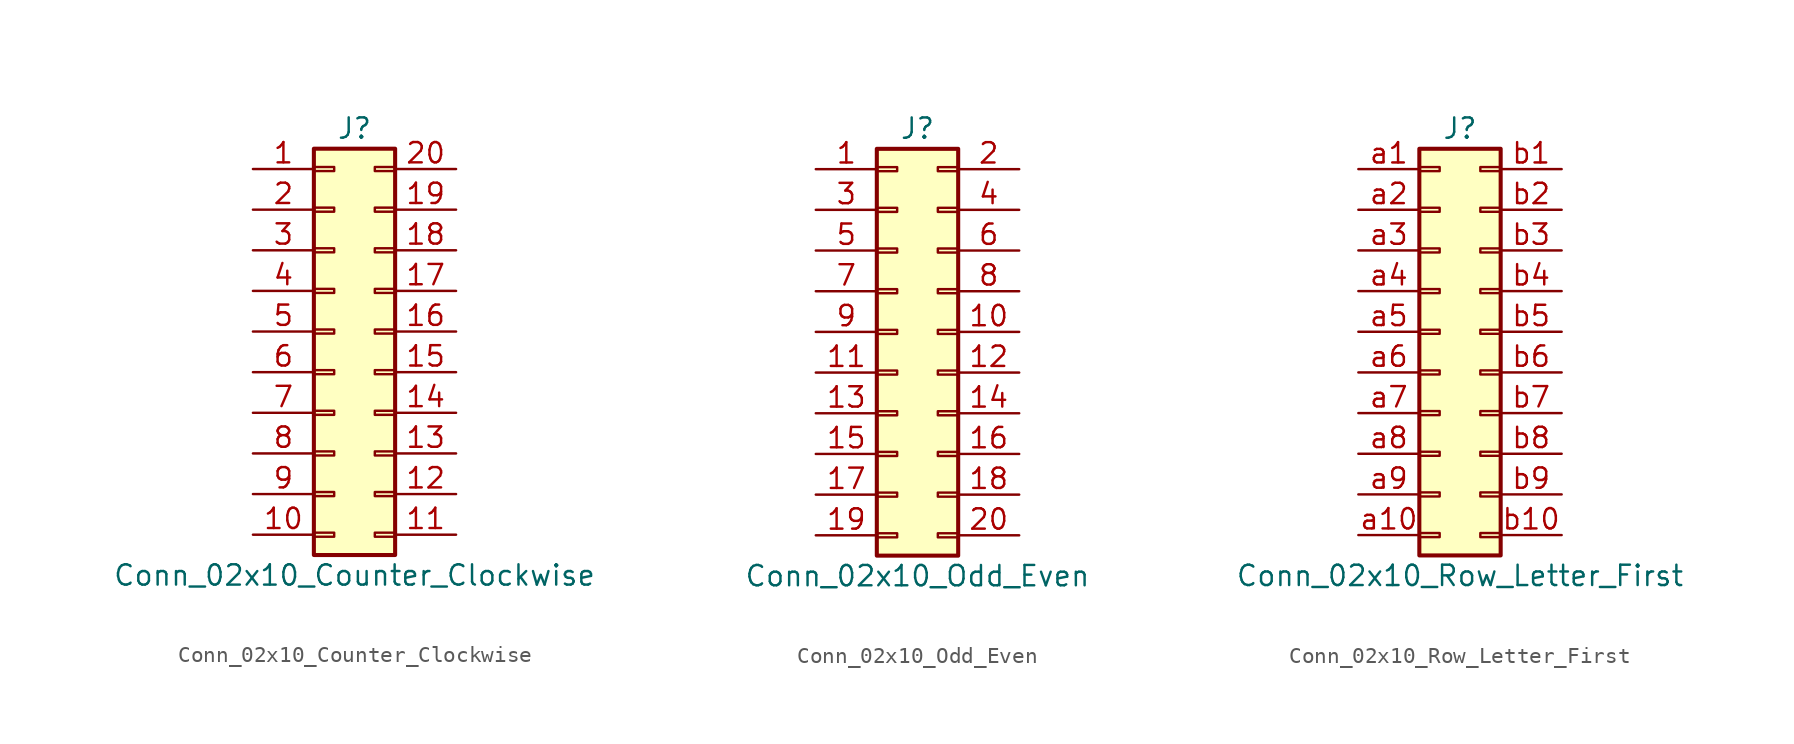
<source format=kicad_sym>
(kicad_symbol_lib
  (version 20211014)
  (generator kicad_symbol_editor)
  (symbol "Conn_02x10_Counter_Clockwise"
    (pin_names
      (offset 1.016) hide)
    (property "Reference" "J"
      (at 1.27 12.7 0)
      (effects (font (size 1.27 1.27))))
    (property "Value" "Conn_02x10_Counter_Clockwise"
      (at 1.27 -15.24 0)
      (effects (font (size 1.27 1.27))))
    (symbol "Conn_02x10_Counter_Clockwise_1_1"
      (rectangle (start -1.27 -12.573) (end 0 -12.827) (stroke (width 0.152) (type default) (color 0 0 0 0)) (fill (type none)))
      (rectangle (start -1.27 -10.033) (end 0 -10.287) (stroke (width 0.152) (type default) (color 0 0 0 0)) (fill (type none)))
      (rectangle (start -1.27 -7.493) (end 0 -7.747) (stroke (width 0.152) (type default) (color 0 0 0 0)) (fill (type none)))
      (rectangle (start -1.27 -4.953) (end 0 -5.207) (stroke (width 0.152) (type default) (color 0 0 0 0)) (fill (type none)))
      (rectangle (start -1.27 -2.413) (end 0 -2.667) (stroke (width 0.152) (type default) (color 0 0 0 0)) (fill (type none)))
      (rectangle (start -1.27 0.127) (end 0 -0.127) (stroke (width 0.152) (type default) (color 0 0 0 0)) (fill (type none)))
      (rectangle (start -1.27 2.667) (end 0 2.413) (stroke (width 0.152) (type default) (color 0 0 0 0)) (fill (type none)))
      (rectangle (start -1.27 5.207) (end 0 4.953) (stroke (width 0.152) (type default) (color 0 0 0 0)) (fill (type none)))
      (rectangle (start -1.27 7.747) (end 0 7.493) (stroke (width 0.152) (type default) (color 0 0 0 0)) (fill (type none)))
      (rectangle (start -1.27 10.287) (end 0 10.033) (stroke (width 0.152) (type default) (color 0 0 0 0)) (fill (type none)))
      (rectangle (start -1.27 11.43) (end 3.81 -13.97) (stroke (width 0.254) (type default) (color 0 0 0 0)) (fill (type background)))
      (rectangle (start 3.81 -12.573) (end 2.54 -12.827) (stroke (width 0.152) (type default) (color 0 0 0 0)) (fill (type none)))
      (rectangle (start 3.81 -10.033) (end 2.54 -10.287) (stroke (width 0.152) (type default) (color 0 0 0 0)) (fill (type none)))
      (rectangle (start 3.81 -7.493) (end 2.54 -7.747) (stroke (width 0.152) (type default) (color 0 0 0 0)) (fill (type none)))
      (rectangle (start 3.81 -4.953) (end 2.54 -5.207) (stroke (width 0.152) (type default) (color 0 0 0 0)) (fill (type none)))
      (rectangle (start 3.81 -2.413) (end 2.54 -2.667) (stroke (width 0.152) (type default) (color 0 0 0 0)) (fill (type none)))
      (rectangle (start 3.81 0.127) (end 2.54 -0.127) (stroke (width 0.152) (type default) (color 0 0 0 0)) (fill (type none)))
      (rectangle (start 3.81 2.667) (end 2.54 2.413) (stroke (width 0.152) (type default) (color 0 0 0 0)) (fill (type none)))
      (rectangle (start 3.81 5.207) (end 2.54 4.953) (stroke (width 0.152) (type default) (color 0 0 0 0)) (fill (type none)))
      (rectangle (start 3.81 7.747) (end 2.54 7.493) (stroke (width 0.152) (type default) (color 0 0 0 0)) (fill (type none)))
      (rectangle (start 3.81 10.287) (end 2.54 10.033) (stroke (width 0.152) (type default) (color 0 0 0 0)) (fill (type none)))
      (pin passive line (at -5.08 10.16 0) (length 3.81) (name "Pin_1" (effects (font (size 1.27 1.27)))) (number "1" (effects (font (size 1.27 1.27)))))
      (pin passive line (at -5.08 -12.7 0) (length 3.81) (name "Pin_10" (effects (font (size 1.27 1.27)))) (number "10" (effects (font (size 1.27 1.27)))))
      (pin passive line (at 7.62 -12.7 180) (length 3.81) (name "Pin_11" (effects (font (size 1.27 1.27)))) (number "11" (effects (font (size 1.27 1.27)))))
      (pin passive line (at 7.62 -10.16 180) (length 3.81) (name "Pin_12" (effects (font (size 1.27 1.27)))) (number "12" (effects (font (size 1.27 1.27)))))
      (pin passive line (at 7.62 -7.62 180) (length 3.81) (name "Pin_13" (effects (font (size 1.27 1.27)))) (number "13" (effects (font (size 1.27 1.27)))))
      (pin passive line (at 7.62 -5.08 180) (length 3.81) (name "Pin_14" (effects (font (size 1.27 1.27)))) (number "14" (effects (font (size 1.27 1.27)))))
      (pin passive line (at 7.62 -2.54 180) (length 3.81) (name "Pin_15" (effects (font (size 1.27 1.27)))) (number "15" (effects (font (size 1.27 1.27)))))
      (pin passive line (at 7.62 0 180) (length 3.81) (name "Pin_16" (effects (font (size 1.27 1.27)))) (number "16" (effects (font (size 1.27 1.27)))))
      (pin passive line (at 7.62 2.54 180) (length 3.81) (name "Pin_17" (effects (font (size 1.27 1.27)))) (number "17" (effects (font (size 1.27 1.27)))))
      (pin passive line (at 7.62 5.08 180) (length 3.81) (name "Pin_18" (effects (font (size 1.27 1.27)))) (number "18" (effects (font (size 1.27 1.27)))))
      (pin passive line (at 7.62 7.62 180) (length 3.81) (name "Pin_19" (effects (font (size 1.27 1.27)))) (number "19" (effects (font (size 1.27 1.27)))))
      (pin passive line (at -5.08 7.62 0) (length 3.81) (name "Pin_2" (effects (font (size 1.27 1.27)))) (number "2" (effects (font (size 1.27 1.27)))))
      (pin passive line (at 7.62 10.16 180) (length 3.81) (name "Pin_20" (effects (font (size 1.27 1.27)))) (number "20" (effects (font (size 1.27 1.27)))))
      (pin passive line (at -5.08 5.08 0) (length 3.81) (name "Pin_3" (effects (font (size 1.27 1.27)))) (number "3" (effects (font (size 1.27 1.27)))))
      (pin passive line (at -5.08 2.54 0) (length 3.81) (name "Pin_4" (effects (font (size 1.27 1.27)))) (number "4" (effects (font (size 1.27 1.27)))))
      (pin passive line (at -5.08 0 0) (length 3.81) (name "Pin_5" (effects (font (size 1.27 1.27)))) (number "5" (effects (font (size 1.27 1.27)))))
      (pin passive line (at -5.08 -2.54 0) (length 3.81) (name "Pin_6" (effects (font (size 1.27 1.27)))) (number "6" (effects (font (size 1.27 1.27)))))
      (pin passive line (at -5.08 -5.08 0) (length 3.81) (name "Pin_7" (effects (font (size 1.27 1.27)))) (number "7" (effects (font (size 1.27 1.27)))))
      (pin passive line (at -5.08 -7.62 0) (length 3.81) (name "Pin_8" (effects (font (size 1.27 1.27)))) (number "8" (effects (font (size 1.27 1.27)))))
      (pin passive line (at -5.08 -10.16 0) (length 3.81) (name "Pin_9" (effects (font (size 1.27 1.27)))) (number "9" (effects (font (size 1.27 1.27)))))))
  (symbol "Conn_02x10_Odd_Even"
    (pin_names
      (offset 1.016) hide)
    (property "Reference" "J"
      (at 1.27 12.7 0)
      (effects (font (size 1.27 1.27))))
    (property "Value" "Conn_02x10_Odd_Even"
      (at 1.27 -15.24 0)
      (effects (font (size 1.27 1.27))))
    (symbol "Conn_02x10_Odd_Even_1_1"
      (rectangle (start -1.27 -12.573) (end 0 -12.827) (stroke (width 0.152) (type default) (color 0 0 0 0)) (fill (type none)))
      (rectangle (start -1.27 -10.033) (end 0 -10.287) (stroke (width 0.152) (type default) (color 0 0 0 0)) (fill (type none)))
      (rectangle (start -1.27 -7.493) (end 0 -7.747) (stroke (width 0.152) (type default) (color 0 0 0 0)) (fill (type none)))
      (rectangle (start -1.27 -4.953) (end 0 -5.207) (stroke (width 0.152) (type default) (color 0 0 0 0)) (fill (type none)))
      (rectangle (start -1.27 -2.413) (end 0 -2.667) (stroke (width 0.152) (type default) (color 0 0 0 0)) (fill (type none)))
      (rectangle (start -1.27 0.127) (end 0 -0.127) (stroke (width 0.152) (type default) (color 0 0 0 0)) (fill (type none)))
      (rectangle (start -1.27 2.667) (end 0 2.413) (stroke (width 0.152) (type default) (color 0 0 0 0)) (fill (type none)))
      (rectangle (start -1.27 5.207) (end 0 4.953) (stroke (width 0.152) (type default) (color 0 0 0 0)) (fill (type none)))
      (rectangle (start -1.27 7.747) (end 0 7.493) (stroke (width 0.152) (type default) (color 0 0 0 0)) (fill (type none)))
      (rectangle (start -1.27 10.287) (end 0 10.033) (stroke (width 0.152) (type default) (color 0 0 0 0)) (fill (type none)))
      (rectangle (start -1.27 11.43) (end 3.81 -13.97) (stroke (width 0.254) (type default) (color 0 0 0 0)) (fill (type background)))
      (rectangle (start 3.81 -12.573) (end 2.54 -12.827) (stroke (width 0.152) (type default) (color 0 0 0 0)) (fill (type none)))
      (rectangle (start 3.81 -10.033) (end 2.54 -10.287) (stroke (width 0.152) (type default) (color 0 0 0 0)) (fill (type none)))
      (rectangle (start 3.81 -7.493) (end 2.54 -7.747) (stroke (width 0.152) (type default) (color 0 0 0 0)) (fill (type none)))
      (rectangle (start 3.81 -4.953) (end 2.54 -5.207) (stroke (width 0.152) (type default) (color 0 0 0 0)) (fill (type none)))
      (rectangle (start 3.81 -2.413) (end 2.54 -2.667) (stroke (width 0.152) (type default) (color 0 0 0 0)) (fill (type none)))
      (rectangle (start 3.81 0.127) (end 2.54 -0.127) (stroke (width 0.152) (type default) (color 0 0 0 0)) (fill (type none)))
      (rectangle (start 3.81 2.667) (end 2.54 2.413) (stroke (width 0.152) (type default) (color 0 0 0 0)) (fill (type none)))
      (rectangle (start 3.81 5.207) (end 2.54 4.953) (stroke (width 0.152) (type default) (color 0 0 0 0)) (fill (type none)))
      (rectangle (start 3.81 7.747) (end 2.54 7.493) (stroke (width 0.152) (type default) (color 0 0 0 0)) (fill (type none)))
      (rectangle (start 3.81 10.287) (end 2.54 10.033) (stroke (width 0.152) (type default) (color 0 0 0 0)) (fill (type none)))
      (pin passive line (at -5.08 10.16 0) (length 3.81) (name "Pin_1" (effects (font (size 1.27 1.27)))) (number "1" (effects (font (size 1.27 1.27)))))
      (pin passive line (at 7.62 0 180) (length 3.81) (name "Pin_10" (effects (font (size 1.27 1.27)))) (number "10" (effects (font (size 1.27 1.27)))))
      (pin passive line (at -5.08 -2.54 0) (length 3.81) (name "Pin_11" (effects (font (size 1.27 1.27)))) (number "11" (effects (font (size 1.27 1.27)))))
      (pin passive line (at 7.62 -2.54 180) (length 3.81) (name "Pin_12" (effects (font (size 1.27 1.27)))) (number "12" (effects (font (size 1.27 1.27)))))
      (pin passive line (at -5.08 -5.08 0) (length 3.81) (name "Pin_13" (effects (font (size 1.27 1.27)))) (number "13" (effects (font (size 1.27 1.27)))))
      (pin passive line (at 7.62 -5.08 180) (length 3.81) (name "Pin_14" (effects (font (size 1.27 1.27)))) (number "14" (effects (font (size 1.27 1.27)))))
      (pin passive line (at -5.08 -7.62 0) (length 3.81) (name "Pin_15" (effects (font (size 1.27 1.27)))) (number "15" (effects (font (size 1.27 1.27)))))
      (pin passive line (at 7.62 -7.62 180) (length 3.81) (name "Pin_16" (effects (font (size 1.27 1.27)))) (number "16" (effects (font (size 1.27 1.27)))))
      (pin passive line (at -5.08 -10.16 0) (length 3.81) (name "Pin_17" (effects (font (size 1.27 1.27)))) (number "17" (effects (font (size 1.27 1.27)))))
      (pin passive line (at 7.62 -10.16 180) (length 3.81) (name "Pin_18" (effects (font (size 1.27 1.27)))) (number "18" (effects (font (size 1.27 1.27)))))
      (pin passive line (at -5.08 -12.7 0) (length 3.81) (name "Pin_19" (effects (font (size 1.27 1.27)))) (number "19" (effects (font (size 1.27 1.27)))))
      (pin passive line (at 7.62 10.16 180) (length 3.81) (name "Pin_2" (effects (font (size 1.27 1.27)))) (number "2" (effects (font (size 1.27 1.27)))))
      (pin passive line (at 7.62 -12.7 180) (length 3.81) (name "Pin_20" (effects (font (size 1.27 1.27)))) (number "20" (effects (font (size 1.27 1.27)))))
      (pin passive line (at -5.08 7.62 0) (length 3.81) (name "Pin_3" (effects (font (size 1.27 1.27)))) (number "3" (effects (font (size 1.27 1.27)))))
      (pin passive line (at 7.62 7.62 180) (length 3.81) (name "Pin_4" (effects (font (size 1.27 1.27)))) (number "4" (effects (font (size 1.27 1.27)))))
      (pin passive line (at -5.08 5.08 0) (length 3.81) (name "Pin_5" (effects (font (size 1.27 1.27)))) (number "5" (effects (font (size 1.27 1.27)))))
      (pin passive line (at 7.62 5.08 180) (length 3.81) (name "Pin_6" (effects (font (size 1.27 1.27)))) (number "6" (effects (font (size 1.27 1.27)))))
      (pin passive line (at -5.08 2.54 0) (length 3.81) (name "Pin_7" (effects (font (size 1.27 1.27)))) (number "7" (effects (font (size 1.27 1.27)))))
      (pin passive line (at 7.62 2.54 180) (length 3.81) (name "Pin_8" (effects (font (size 1.27 1.27)))) (number "8" (effects (font (size 1.27 1.27)))))
      (pin passive line (at -5.08 0 0) (length 3.81) (name "Pin_9" (effects (font (size 1.27 1.27)))) (number "9" (effects (font (size 1.27 1.27)))))))
  (symbol "Conn_02x10_Row_Letter_First"
    (pin_names
      (offset 1.016) hide)
    (property "Reference" "J"
      (at 1.27 12.7 0)
      (effects (font (size 1.27 1.27))))
    (property "Value" "Conn_02x10_Row_Letter_First"
      (at 1.27 -15.24 0)
      (effects (font (size 1.27 1.27))))
    (symbol "Conn_02x10_Row_Letter_First_1_1"
      (rectangle (start -1.27 -12.573) (end 0 -12.827) (stroke (width 0.152) (type default) (color 0 0 0 0)) (fill (type none)))
      (rectangle (start -1.27 -10.033) (end 0 -10.287) (stroke (width 0.152) (type default) (color 0 0 0 0)) (fill (type none)))
      (rectangle (start -1.27 -7.493) (end 0 -7.747) (stroke (width 0.152) (type default) (color 0 0 0 0)) (fill (type none)))
      (rectangle (start -1.27 -4.953) (end 0 -5.207) (stroke (width 0.152) (type default) (color 0 0 0 0)) (fill (type none)))
      (rectangle (start -1.27 -2.413) (end 0 -2.667) (stroke (width 0.152) (type default) (color 0 0 0 0)) (fill (type none)))
      (rectangle (start -1.27 0.127) (end 0 -0.127) (stroke (width 0.152) (type default) (color 0 0 0 0)) (fill (type none)))
      (rectangle (start -1.27 2.667) (end 0 2.413) (stroke (width 0.152) (type default) (color 0 0 0 0)) (fill (type none)))
      (rectangle (start -1.27 5.207) (end 0 4.953) (stroke (width 0.152) (type default) (color 0 0 0 0)) (fill (type none)))
      (rectangle (start -1.27 7.747) (end 0 7.493) (stroke (width 0.152) (type default) (color 0 0 0 0)) (fill (type none)))
      (rectangle (start -1.27 10.287) (end 0 10.033) (stroke (width 0.152) (type default) (color 0 0 0 0)) (fill (type none)))
      (rectangle (start -1.27 11.43) (end 3.81 -13.97) (stroke (width 0.254) (type default) (color 0 0 0 0)) (fill (type background)))
      (rectangle (start 3.81 -12.573) (end 2.54 -12.827) (stroke (width 0.152) (type default) (color 0 0 0 0)) (fill (type none)))
      (rectangle (start 3.81 -10.033) (end 2.54 -10.287) (stroke (width 0.152) (type default) (color 0 0 0 0)) (fill (type none)))
      (rectangle (start 3.81 -7.493) (end 2.54 -7.747) (stroke (width 0.152) (type default) (color 0 0 0 0)) (fill (type none)))
      (rectangle (start 3.81 -4.953) (end 2.54 -5.207) (stroke (width 0.152) (type default) (color 0 0 0 0)) (fill (type none)))
      (rectangle (start 3.81 -2.413) (end 2.54 -2.667) (stroke (width 0.152) (type default) (color 0 0 0 0)) (fill (type none)))
      (rectangle (start 3.81 0.127) (end 2.54 -0.127) (stroke (width 0.152) (type default) (color 0 0 0 0)) (fill (type none)))
      (rectangle (start 3.81 2.667) (end 2.54 2.413) (stroke (width 0.152) (type default) (color 0 0 0 0)) (fill (type none)))
      (rectangle (start 3.81 5.207) (end 2.54 4.953) (stroke (width 0.152) (type default) (color 0 0 0 0)) (fill (type none)))
      (rectangle (start 3.81 7.747) (end 2.54 7.493) (stroke (width 0.152) (type default) (color 0 0 0 0)) (fill (type none)))
      (rectangle (start 3.81 10.287) (end 2.54 10.033) (stroke (width 0.152) (type default) (color 0 0 0 0)) (fill (type none)))
      (pin passive line (at -5.08 10.16 0) (length 3.81) (name "Pin_a1" (effects (font (size 1.27 1.27)))) (number "a1" (effects (font (size 1.27 1.27)))))
      (pin passive line (at -5.08 -12.7 0) (length 3.81) (name "Pin_a10" (effects (font (size 1.27 1.27)))) (number "a10" (effects (font (size 1.27 1.27)))))
      (pin passive line (at -5.08 7.62 0) (length 3.81) (name "Pin_a2" (effects (font (size 1.27 1.27)))) (number "a2" (effects (font (size 1.27 1.27)))))
      (pin passive line (at -5.08 5.08 0) (length 3.81) (name "Pin_a3" (effects (font (size 1.27 1.27)))) (number "a3" (effects (font (size 1.27 1.27)))))
      (pin passive line (at -5.08 2.54 0) (length 3.81) (name "Pin_a4" (effects (font (size 1.27 1.27)))) (number "a4" (effects (font (size 1.27 1.27)))))
      (pin passive line (at -5.08 0 0) (length 3.81) (name "Pin_a5" (effects (font (size 1.27 1.27)))) (number "a5" (effects (font (size 1.27 1.27)))))
      (pin passive line (at -5.08 -2.54 0) (length 3.81) (name "Pin_a6" (effects (font (size 1.27 1.27)))) (number "a6" (effects (font (size 1.27 1.27)))))
      (pin passive line (at -5.08 -5.08 0) (length 3.81) (name "Pin_a7" (effects (font (size 1.27 1.27)))) (number "a7" (effects (font (size 1.27 1.27)))))
      (pin passive line (at -5.08 -7.62 0) (length 3.81) (name "Pin_a8" (effects (font (size 1.27 1.27)))) (number "a8" (effects (font (size 1.27 1.27)))))
      (pin passive line (at -5.08 -10.16 0) (length 3.81) (name "Pin_a9" (effects (font (size 1.27 1.27)))) (number "a9" (effects (font (size 1.27 1.27)))))
      (pin passive line (at 7.62 10.16 180) (length 3.81) (name "Pin_b1" (effects (font (size 1.27 1.27)))) (number "b1" (effects (font (size 1.27 1.27)))))
      (pin passive line (at 7.62 -12.7 180) (length 3.81) (name "Pin_b10" (effects (font (size 1.27 1.27)))) (number "b10" (effects (font (size 1.27 1.27)))))
      (pin passive line (at 7.62 7.62 180) (length 3.81) (name "Pin_b2" (effects (font (size 1.27 1.27)))) (number "b2" (effects (font (size 1.27 1.27)))))
      (pin passive line (at 7.62 5.08 180) (length 3.81) (name "Pin_b3" (effects (font (size 1.27 1.27)))) (number "b3" (effects (font (size 1.27 1.27)))))
      (pin passive line (at 7.62 2.54 180) (length 3.81) (name "Pin_b4" (effects (font (size 1.27 1.27)))) (number "b4" (effects (font (size 1.27 1.27)))))
      (pin passive line (at 7.62 0 180) (length 3.81) (name "Pin_b5" (effects (font (size 1.27 1.27)))) (number "b5" (effects (font (size 1.27 1.27)))))
      (pin passive line (at 7.62 -2.54 180) (length 3.81) (name "Pin_b6" (effects (font (size 1.27 1.27)))) (number "b6" (effects (font (size 1.27 1.27)))))
      (pin passive line (at 7.62 -5.08 180) (length 3.81) (name "Pin_b7" (effects (font (size 1.27 1.27)))) (number "b7" (effects (font (size 1.27 1.27)))))
      (pin passive line (at 7.62 -7.62 180) (length 3.81) (name "Pin_b8" (effects (font (size 1.27 1.27)))) (number "b8" (effects (font (size 1.27 1.27)))))
      (pin passive line (at 7.62 -10.16 180) (length 3.81) (name "Pin_b9" (effects (font (size 1.27 1.27)))) (number "b9" (effects (font (size 1.27 1.27))))))))
</source>
